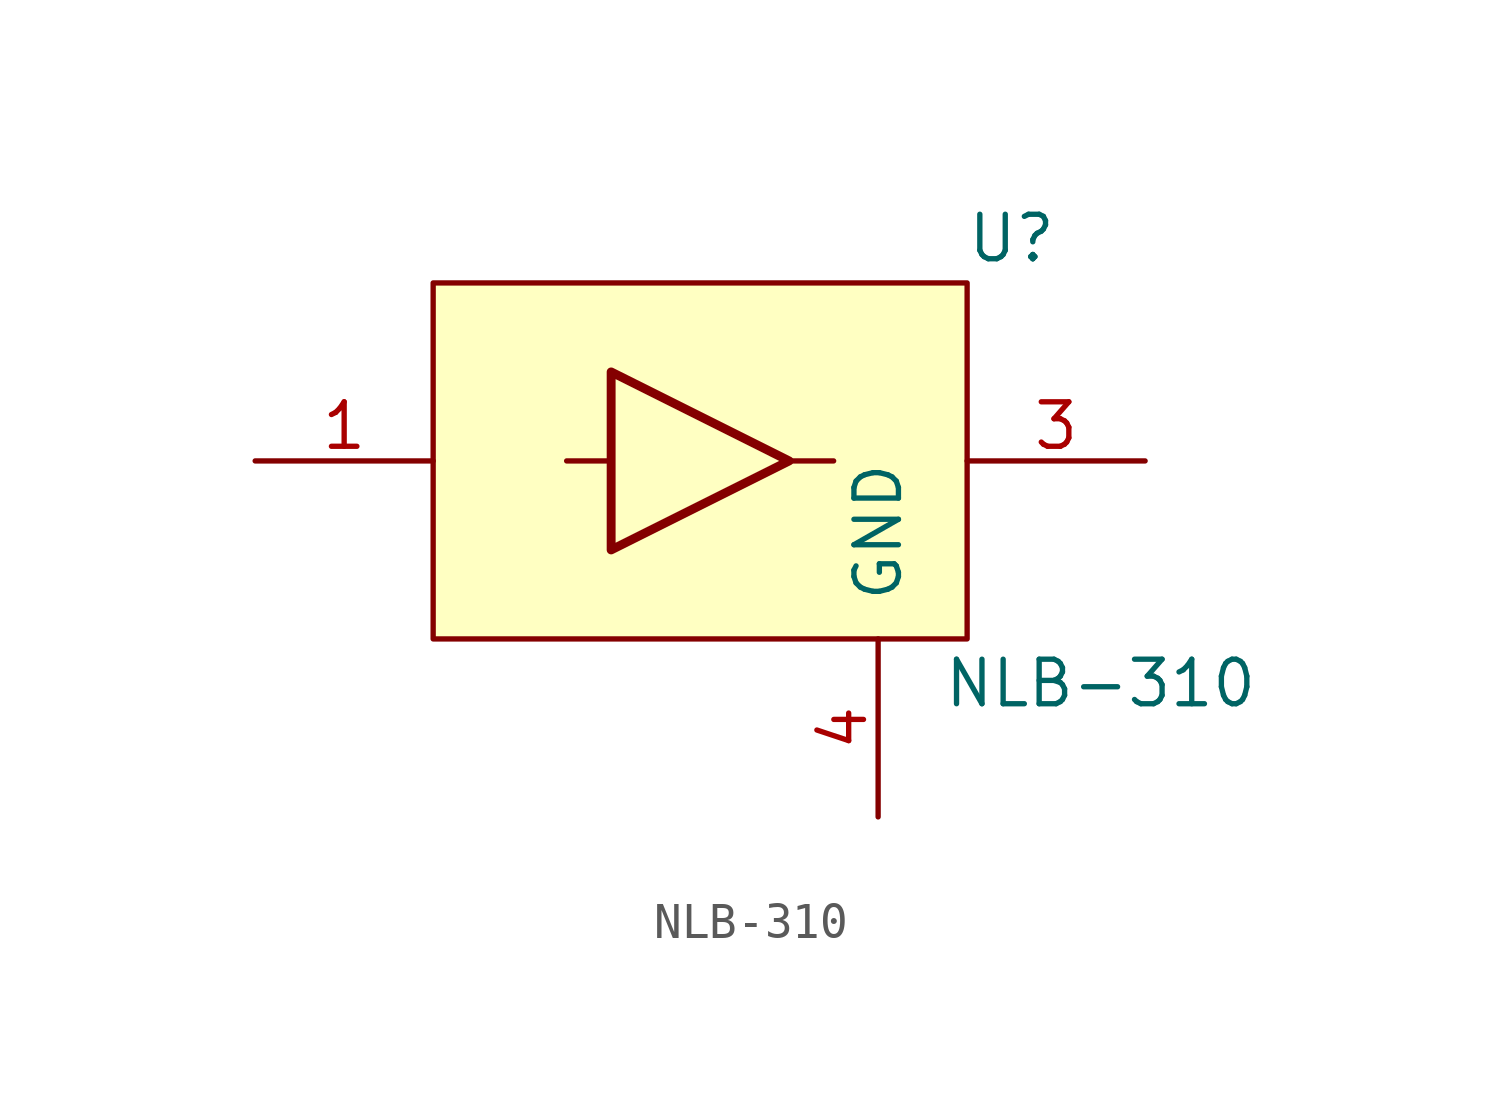
<source format=kicad_sym>
(kicad_symbol_lib
  (version 20211014)
  (generator kicad_symbol_editor)
  (symbol "NLB-310"
    (pin_names
      (offset 1.016))
    (property "Reference" "U"
      (at 11.43 6.35 0)
      (effects (font (size 1.27 1.27))))
    (property "Value" "NLB-310"
      (at 13.97 -6.35 0)
      (effects (font (size 1.27 1.27))))
    (symbol "NLB-310_0_1"
      (rectangle (start -5.08 5.08) (end 10.16 -5.08) (stroke (width 0) (type default) (color 0 0 0 0)) (fill (type background)))
      (polyline (pts (xy 0 0) (xy -1.27 0)) (stroke (width 0) (type default) (color 0 0 0 0)) (fill (type none)))
      (polyline (pts (xy 5.08 0) (xy 6.35 0)) (stroke (width 0) (type default) (color 0 0 0 0)) (fill (type none)))
      (polyline (pts (xy 0 2.54) (xy 0 -2.54) (xy 5.08 0) (xy 0 2.54)) (stroke (width 0.254) (type default) (color 0 0 0 0)) (fill (type none))))
    (symbol "NLB-310_1_1"
      (pin input line (at -10.16 0 0) (length 5.08) (name "~" (effects (font (size 1.27 1.27)))) (number "1" (effects (font (size 1.27 1.27)))))
      (pin input line (at 7.62 -10.16 90) (length 5.08) hide (name "GND" (effects (font (size 1.27 1.27)))) (number "2" (effects (font (size 1.27 1.27)))))
      (pin input line (at 15.24 0 180) (length 5.08) (name "~" (effects (font (size 1.27 1.27)))) (number "3" (effects (font (size 1.27 1.27)))))
      (pin input line (at 7.62 -10.16 90) (length 5.08) (name "GND" (effects (font (size 1.27 1.27)))) (number "4" (effects (font (size 1.27 1.27))))))))
</source>
